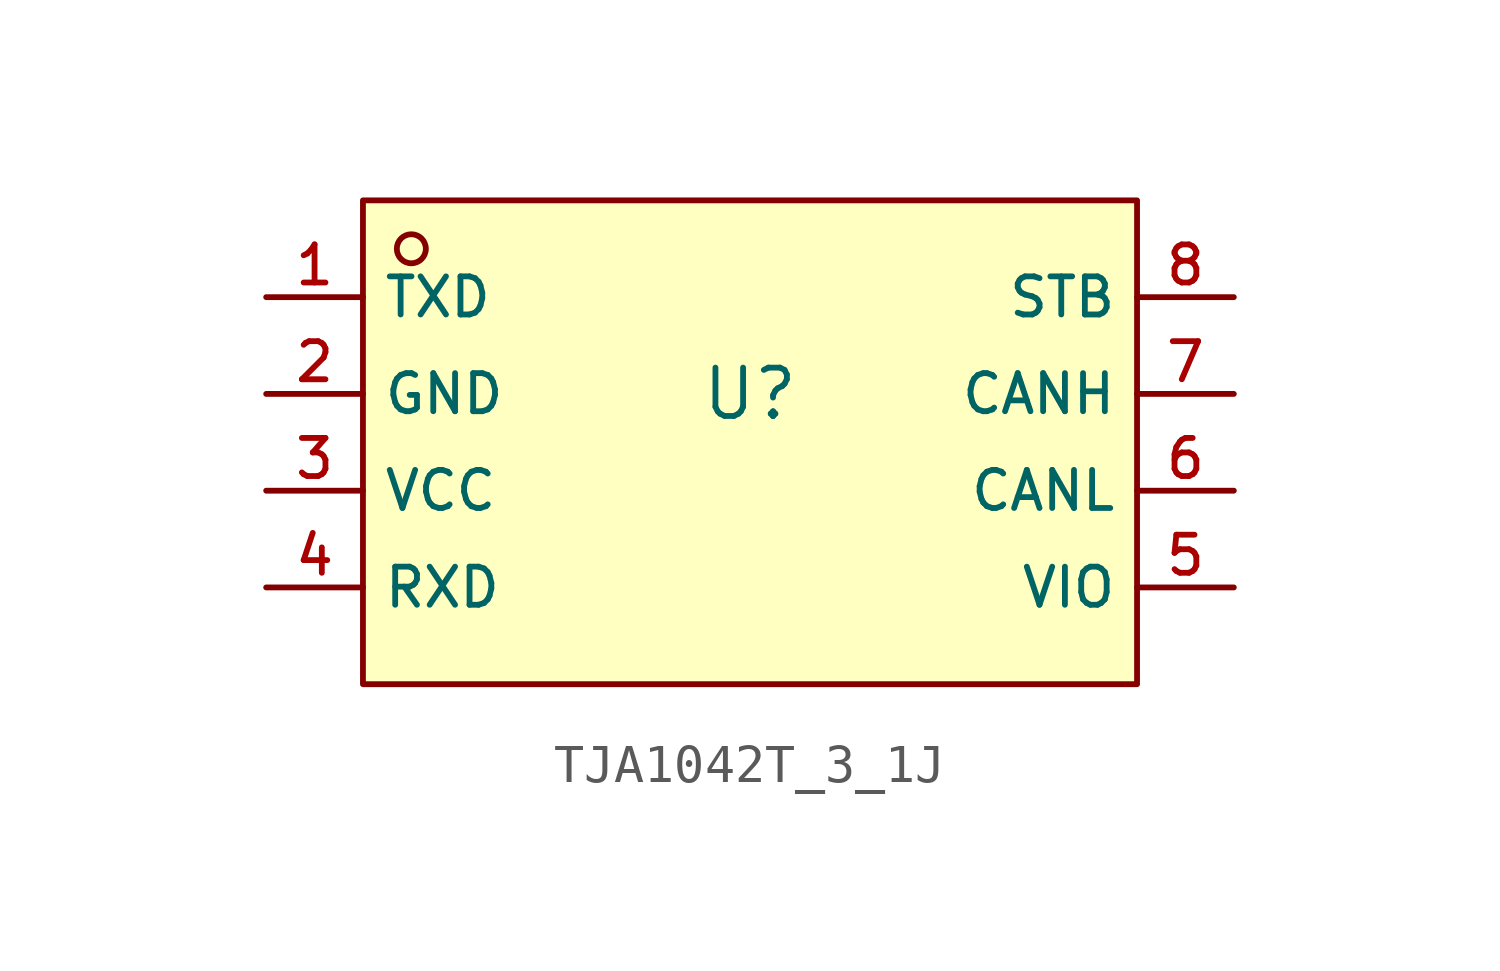
<source format=kicad_sym>
(kicad_symbol_lib
  (version 20210201)
  (generator TousstNicolas/JLC2KiCad_lib)
  (symbol "TJA1042T_3_1J"
    (property "Reference" "U"
      (at 0 1.27 0)
      (effects (font (size 1.27 1.27))))
    (symbol "TJA1042T_3_1J_0_1"
      (rectangle (start -10.16 6.35) (end 10.16 -6.35) (stroke (width 0) (type default) (color 0 0 0 0)) (fill (type background)))
      (circle (center -8.89 5.08) (radius 0.381) (stroke (width 0) (type default) (color 0 0 0 0)) (fill (type background)))
      (pin unspecified line (at -12.7 3.81 0) (length 2.54) (name "TXD" (effects (font (size 1 1)))) (number "1" (effects (font (size 1 1)))))
      (pin unspecified line (at -12.7 1.27 0) (length 2.54) (name "GND" (effects (font (size 1 1)))) (number "2" (effects (font (size 1 1)))))
      (pin unspecified line (at -12.7 -1.27 0) (length 2.54) (name "VCC" (effects (font (size 1 1)))) (number "3" (effects (font (size 1 1)))))
      (pin unspecified line (at -12.7 -3.81 0) (length 2.54) (name "RXD" (effects (font (size 1 1)))) (number "4" (effects (font (size 1 1)))))
      (pin unspecified line (at 12.7 -3.81 180) (length 2.54) (name "VIO" (effects (font (size 1 1)))) (number "5" (effects (font (size 1 1)))))
      (pin unspecified line (at 12.7 -1.27 180) (length 2.54) (name "CANL" (effects (font (size 1 1)))) (number "6" (effects (font (size 1 1)))))
      (pin unspecified line (at 12.7 1.27 180) (length 2.54) (name "CANH" (effects (font (size 1 1)))) (number "7" (effects (font (size 1 1)))))
      (pin unspecified line (at 12.7 3.81 180) (length 2.54) (name "STB" (effects (font (size 1 1)))) (number "8" (effects (font (size 1 1))))))))
</source>
